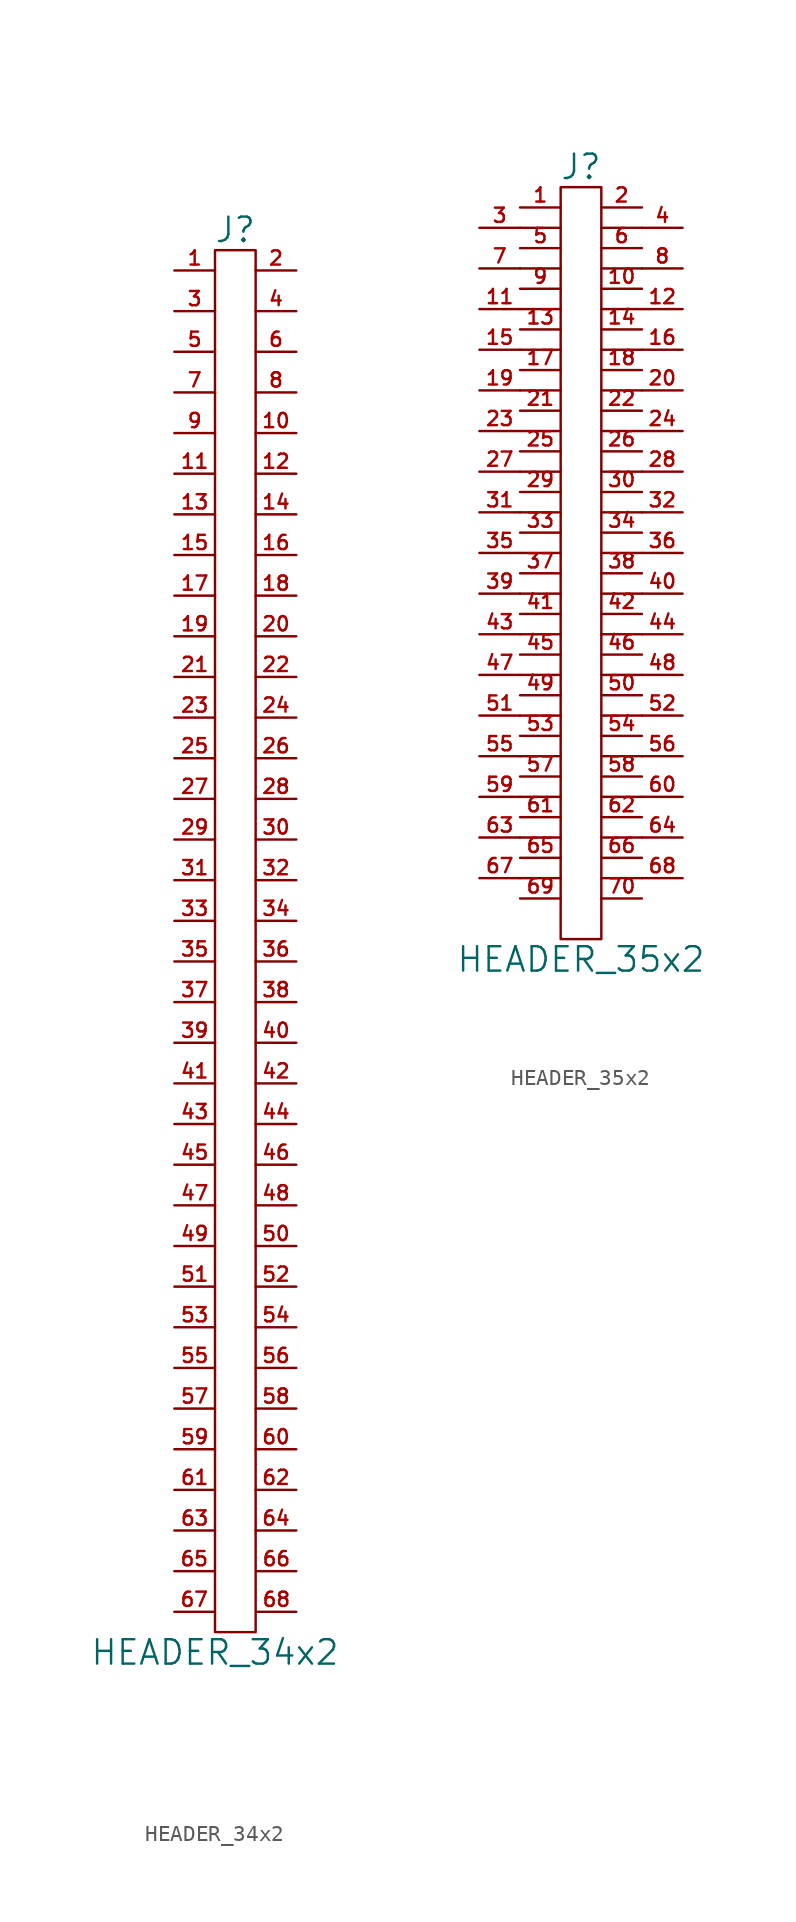
<source format=kicad_sym>
(kicad_symbol_lib
  (version 20211014)
  (generator kicad_symbol_editor)
  (symbol "HEADER_34x2"
    (pin_names
      (offset 0))
    (property "Reference" "J"
      (at 0 44.45 0)
      (effects (font (size 1.524 1.524))))
    (property "Value" "HEADER_34x2"
      (at -1.27 -44.45 0)
      (effects (font (size 1.524 1.524))))
    (property "Footprint" ""
      (at 0 0 0)
      (effects (font (size 1.524 1.524))))
    (property "Datasheet" ""
      (at 0 0 0)
      (effects (font (size 1.524 1.524))))
    (symbol "HEADER_34x2_0_1"
      (rectangle (start 1.27 -43.18) (end -1.27 43.18) (stroke (width 0) (type default) (color 0 0 0 0)) (fill (type none))))
    (symbol "HEADER_34x2_1_1"
      (pin passive line (at -3.81 41.91 0) (length 2.54) (name "~" (effects (font (size 1.27 1.27)))) (number "1" (effects (font (size 0.889 0.889)))))
      (pin passive line (at 3.81 31.75 180) (length 2.54) (name "~" (effects (font (size 1.27 1.27)))) (number "10" (effects (font (size 0.889 0.889)))))
      (pin passive line (at -3.81 29.21 0) (length 2.54) (name "~" (effects (font (size 1.27 1.27)))) (number "11" (effects (font (size 0.889 0.889)))))
      (pin passive line (at 3.81 29.21 180) (length 2.54) (name "~" (effects (font (size 1.27 1.27)))) (number "12" (effects (font (size 0.889 0.889)))))
      (pin passive line (at -3.81 26.67 0) (length 2.54) (name "~" (effects (font (size 1.27 1.27)))) (number "13" (effects (font (size 0.889 0.889)))))
      (pin passive line (at 3.81 26.67 180) (length 2.54) (name "~" (effects (font (size 1.27 1.27)))) (number "14" (effects (font (size 0.889 0.889)))))
      (pin passive line (at -3.81 24.13 0) (length 2.54) (name "~" (effects (font (size 1.27 1.27)))) (number "15" (effects (font (size 0.889 0.889)))))
      (pin passive line (at 3.81 24.13 180) (length 2.54) (name "~" (effects (font (size 1.27 1.27)))) (number "16" (effects (font (size 0.889 0.889)))))
      (pin passive line (at -3.81 21.59 0) (length 2.54) (name "~" (effects (font (size 1.27 1.27)))) (number "17" (effects (font (size 0.889 0.889)))))
      (pin passive line (at 3.81 21.59 180) (length 2.54) (name "~" (effects (font (size 1.27 1.27)))) (number "18" (effects (font (size 0.889 0.889)))))
      (pin passive line (at -3.81 19.05 0) (length 2.54) (name "~" (effects (font (size 1.27 1.27)))) (number "19" (effects (font (size 0.889 0.889)))))
      (pin passive line (at 3.81 41.91 180) (length 2.54) (name "~" (effects (font (size 1.27 1.27)))) (number "2" (effects (font (size 0.889 0.889)))))
      (pin passive line (at 3.81 19.05 180) (length 2.54) (name "~" (effects (font (size 1.27 1.27)))) (number "20" (effects (font (size 0.889 0.889)))))
      (pin passive line (at -3.81 16.51 0) (length 2.54) (name "~" (effects (font (size 1.27 1.27)))) (number "21" (effects (font (size 0.889 0.889)))))
      (pin passive line (at 3.81 16.51 180) (length 2.54) (name "~" (effects (font (size 1.27 1.27)))) (number "22" (effects (font (size 0.889 0.889)))))
      (pin passive line (at -3.81 13.97 0) (length 2.54) (name "~" (effects (font (size 1.27 1.27)))) (number "23" (effects (font (size 0.889 0.889)))))
      (pin passive line (at 3.81 13.97 180) (length 2.54) (name "~" (effects (font (size 1.27 1.27)))) (number "24" (effects (font (size 0.889 0.889)))))
      (pin passive line (at -3.81 11.43 0) (length 2.54) (name "~" (effects (font (size 1.27 1.27)))) (number "25" (effects (font (size 0.889 0.889)))))
      (pin passive line (at 3.81 11.43 180) (length 2.54) (name "~" (effects (font (size 1.27 1.27)))) (number "26" (effects (font (size 0.889 0.889)))))
      (pin passive line (at -3.81 8.89 0) (length 2.54) (name "~" (effects (font (size 1.27 1.27)))) (number "27" (effects (font (size 0.889 0.889)))))
      (pin passive line (at 3.81 8.89 180) (length 2.54) (name "~" (effects (font (size 1.27 1.27)))) (number "28" (effects (font (size 0.889 0.889)))))
      (pin passive line (at -3.81 6.35 0) (length 2.54) (name "~" (effects (font (size 1.27 1.27)))) (number "29" (effects (font (size 0.889 0.889)))))
      (pin passive line (at -3.81 39.37 0) (length 2.54) (name "~" (effects (font (size 1.27 1.27)))) (number "3" (effects (font (size 0.889 0.889)))))
      (pin passive line (at 3.81 6.35 180) (length 2.54) (name "~" (effects (font (size 1.27 1.27)))) (number "30" (effects (font (size 0.889 0.889)))))
      (pin passive line (at -3.81 3.81 0) (length 2.54) (name "~" (effects (font (size 1.27 1.27)))) (number "31" (effects (font (size 0.889 0.889)))))
      (pin passive line (at 3.81 3.81 180) (length 2.54) (name "~" (effects (font (size 1.27 1.27)))) (number "32" (effects (font (size 0.889 0.889)))))
      (pin passive line (at -3.81 1.27 0) (length 2.54) (name "~" (effects (font (size 1.27 1.27)))) (number "33" (effects (font (size 0.889 0.889)))))
      (pin passive line (at 3.81 1.27 180) (length 2.54) (name "~" (effects (font (size 1.27 1.27)))) (number "34" (effects (font (size 0.889 0.889)))))
      (pin passive line (at -3.81 -1.27 0) (length 2.54) (name "~" (effects (font (size 1.27 1.27)))) (number "35" (effects (font (size 0.889 0.889)))))
      (pin passive line (at 3.81 -1.27 180) (length 2.54) (name "~" (effects (font (size 1.27 1.27)))) (number "36" (effects (font (size 0.889 0.889)))))
      (pin passive line (at -3.81 -3.81 0) (length 2.54) (name "~" (effects (font (size 1.27 1.27)))) (number "37" (effects (font (size 0.889 0.889)))))
      (pin passive line (at 3.81 -3.81 180) (length 2.54) (name "~" (effects (font (size 1.27 1.27)))) (number "38" (effects (font (size 0.889 0.889)))))
      (pin passive line (at -3.81 -6.35 0) (length 2.54) (name "~" (effects (font (size 1.27 1.27)))) (number "39" (effects (font (size 0.889 0.889)))))
      (pin passive line (at 3.81 39.37 180) (length 2.54) (name "~" (effects (font (size 1.27 1.27)))) (number "4" (effects (font (size 0.889 0.889)))))
      (pin passive line (at 3.81 -6.35 180) (length 2.54) (name "~" (effects (font (size 1.27 1.27)))) (number "40" (effects (font (size 0.889 0.889)))))
      (pin passive line (at -3.81 -8.89 0) (length 2.54) (name "~" (effects (font (size 1.27 1.27)))) (number "41" (effects (font (size 0.889 0.889)))))
      (pin passive line (at 3.81 -8.89 180) (length 2.54) (name "~" (effects (font (size 1.27 1.27)))) (number "42" (effects (font (size 0.889 0.889)))))
      (pin passive line (at -3.81 -11.43 0) (length 2.54) (name "~" (effects (font (size 1.27 1.27)))) (number "43" (effects (font (size 0.889 0.889)))))
      (pin passive line (at 3.81 -11.43 180) (length 2.54) (name "~" (effects (font (size 1.27 1.27)))) (number "44" (effects (font (size 0.889 0.889)))))
      (pin passive line (at -3.81 -13.97 0) (length 2.54) (name "~" (effects (font (size 1.27 1.27)))) (number "45" (effects (font (size 0.889 0.889)))))
      (pin passive line (at 3.81 -13.97 180) (length 2.54) (name "~" (effects (font (size 1.27 1.27)))) (number "46" (effects (font (size 0.889 0.889)))))
      (pin passive line (at -3.81 -16.51 0) (length 2.54) (name "~" (effects (font (size 1.27 1.27)))) (number "47" (effects (font (size 0.889 0.889)))))
      (pin passive line (at 3.81 -16.51 180) (length 2.54) (name "~" (effects (font (size 1.27 1.27)))) (number "48" (effects (font (size 0.889 0.889)))))
      (pin passive line (at -3.81 -19.05 0) (length 2.54) (name "~" (effects (font (size 1.27 1.27)))) (number "49" (effects (font (size 0.889 0.889)))))
      (pin passive line (at -3.81 36.83 0) (length 2.54) (name "~" (effects (font (size 1.27 1.27)))) (number "5" (effects (font (size 0.889 0.889)))))
      (pin passive line (at 3.81 -19.05 180) (length 2.54) (name "~" (effects (font (size 1.27 1.27)))) (number "50" (effects (font (size 0.889 0.889)))))
      (pin passive line (at -3.81 -21.59 0) (length 2.54) (name "~" (effects (font (size 1.27 1.27)))) (number "51" (effects (font (size 0.889 0.889)))))
      (pin passive line (at 3.81 -21.59 180) (length 2.54) (name "~" (effects (font (size 1.27 1.27)))) (number "52" (effects (font (size 0.889 0.889)))))
      (pin passive line (at -3.81 -24.13 0) (length 2.54) (name "~" (effects (font (size 1.27 1.27)))) (number "53" (effects (font (size 0.889 0.889)))))
      (pin passive line (at 3.81 -24.13 180) (length 2.54) (name "~" (effects (font (size 1.27 1.27)))) (number "54" (effects (font (size 0.889 0.889)))))
      (pin passive line (at -3.81 -26.67 0) (length 2.54) (name "~" (effects (font (size 1.27 1.27)))) (number "55" (effects (font (size 0.889 0.889)))))
      (pin passive line (at 3.81 -26.67 180) (length 2.54) (name "~" (effects (font (size 1.27 1.27)))) (number "56" (effects (font (size 0.889 0.889)))))
      (pin passive line (at -3.81 -29.21 0) (length 2.54) (name "~" (effects (font (size 1.27 1.27)))) (number "57" (effects (font (size 0.889 0.889)))))
      (pin passive line (at 3.81 -29.21 180) (length 2.54) (name "~" (effects (font (size 1.27 1.27)))) (number "58" (effects (font (size 0.889 0.889)))))
      (pin passive line (at -3.81 -31.75 0) (length 2.54) (name "~" (effects (font (size 1.27 1.27)))) (number "59" (effects (font (size 0.889 0.889)))))
      (pin passive line (at 3.81 36.83 180) (length 2.54) (name "~" (effects (font (size 1.27 1.27)))) (number "6" (effects (font (size 0.889 0.889)))))
      (pin passive line (at 3.81 -31.75 180) (length 2.54) (name "~" (effects (font (size 1.27 1.27)))) (number "60" (effects (font (size 0.889 0.889)))))
      (pin passive line (at -3.81 -34.29 0) (length 2.54) (name "~" (effects (font (size 1.27 1.27)))) (number "61" (effects (font (size 0.889 0.889)))))
      (pin passive line (at 3.81 -34.29 180) (length 2.54) (name "~" (effects (font (size 1.27 1.27)))) (number "62" (effects (font (size 0.889 0.889)))))
      (pin passive line (at -3.81 -36.83 0) (length 2.54) (name "~" (effects (font (size 0.889 0.889)))) (number "63" (effects (font (size 0.889 0.889)))))
      (pin passive line (at 3.81 -36.83 180) (length 2.54) (name "~" (effects (font (size 1.27 1.27)))) (number "64" (effects (font (size 0.889 0.889)))))
      (pin passive line (at -3.81 -39.37 0) (length 2.489) (name "~" (effects (font (size 0.508 0.508)))) (number "65" (effects (font (size 0.889 0.889)))))
      (pin passive line (at 3.81 -39.37 180) (length 2.489) (name "~" (effects (font (size 0.508 0.508)))) (number "66" (effects (font (size 0.889 0.889)))))
      (pin passive line (at -3.81 -41.91 0) (length 2.489) (name "~" (effects (font (size 0.508 0.508)))) (number "67" (effects (font (size 0.889 0.889)))))
      (pin passive line (at 3.81 -41.91 180) (length 2.489) (name "~" (effects (font (size 0.508 0.508)))) (number "68" (effects (font (size 0.889 0.889)))))
      (pin passive line (at -3.81 34.29 0) (length 2.54) (name "~" (effects (font (size 1.27 1.27)))) (number "7" (effects (font (size 0.889 0.889)))))
      (pin passive line (at 3.81 34.29 180) (length 2.54) (name "~" (effects (font (size 1.27 1.27)))) (number "8" (effects (font (size 0.889 0.889)))))
      (pin passive line (at -3.81 31.75 0) (length 2.54) (name "~" (effects (font (size 1.27 1.27)))) (number "9" (effects (font (size 0.889 0.889)))))))
  (symbol "HEADER_35x2"
    (pin_names
      (offset 0))
    (property "Reference" "J"
      (at 0 24.13 0)
      (effects (font (size 1.524 1.524))))
    (property "Value" "HEADER_35x2"
      (at 0 -25.4 0)
      (effects (font (size 1.524 1.524))))
    (property "Footprint" ""
      (at 0 -2.54 0)
      (effects (font (size 1.524 1.524))))
    (property "Datasheet" ""
      (at 0 -2.54 0)
      (effects (font (size 1.524 1.524))))
    (symbol "HEADER_35x2_0_1"
      (polyline (pts (xy -3.81 -20.32) (xy -1.27 -20.32)) (stroke (width 0) (type default) (color 0 0 0 0)) (fill (type none)))
      (polyline (pts (xy -3.81 -17.78) (xy -1.27 -17.78)) (stroke (width 0) (type default) (color 0 0 0 0)) (fill (type none)))
      (polyline (pts (xy -3.81 -15.24) (xy -1.27 -15.24)) (stroke (width 0) (type default) (color 0 0 0 0)) (fill (type none)))
      (polyline (pts (xy -3.81 -12.7) (xy -1.27 -12.7)) (stroke (width 0) (type default) (color 0 0 0 0)) (fill (type none)))
      (polyline (pts (xy -3.81 -10.16) (xy -1.27 -10.16)) (stroke (width 0) (type default) (color 0 0 0 0)) (fill (type none)))
      (polyline (pts (xy -3.81 -7.62) (xy -1.27 -7.62)) (stroke (width 0) (type default) (color 0 0 0 0)) (fill (type none)))
      (polyline (pts (xy -3.81 -5.08) (xy -1.27 -5.08)) (stroke (width 0) (type default) (color 0 0 0 0)) (fill (type none)))
      (polyline (pts (xy -3.81 -2.54) (xy -1.27 -2.54)) (stroke (width 0) (type default) (color 0 0 0 0)) (fill (type none)))
      (polyline (pts (xy -3.81 0) (xy -1.27 0)) (stroke (width 0) (type default) (color 0 0 0 0)) (fill (type none)))
      (polyline (pts (xy -3.81 2.54) (xy -1.27 2.54)) (stroke (width 0) (type default) (color 0 0 0 0)) (fill (type none)))
      (polyline (pts (xy -3.81 5.08) (xy -1.27 5.08)) (stroke (width 0) (type default) (color 0 0 0 0)) (fill (type none)))
      (polyline (pts (xy -3.81 7.62) (xy -1.27 7.62)) (stroke (width 0) (type default) (color 0 0 0 0)) (fill (type none)))
      (polyline (pts (xy -3.81 10.16) (xy -1.27 10.16)) (stroke (width 0) (type default) (color 0 0 0 0)) (fill (type none)))
      (polyline (pts (xy -3.81 12.7) (xy -1.27 12.7)) (stroke (width 0) (type default) (color 0 0 0 0)) (fill (type none)))
      (polyline (pts (xy -3.81 15.24) (xy -1.27 15.24)) (stroke (width 0) (type default) (color 0 0 0 0)) (fill (type none)))
      (polyline (pts (xy -3.81 17.78) (xy -1.27 17.78)) (stroke (width 0) (type default) (color 0 0 0 0)) (fill (type none)))
      (polyline (pts (xy -3.81 20.32) (xy -1.27 20.32)) (stroke (width 0) (type default) (color 0 0 0 0)) (fill (type none)))
      (polyline (pts (xy 1.27 -20.32) (xy 3.81 -20.32)) (stroke (width 0) (type default) (color 0 0 0 0)) (fill (type none)))
      (polyline (pts (xy 1.27 -17.78) (xy 3.81 -17.78)) (stroke (width 0) (type default) (color 0 0 0 0)) (fill (type none)))
      (polyline (pts (xy 1.27 -15.24) (xy 3.81 -15.24)) (stroke (width 0) (type default) (color 0 0 0 0)) (fill (type none)))
      (polyline (pts (xy 1.27 -12.7) (xy 3.81 -12.7)) (stroke (width 0) (type default) (color 0 0 0 0)) (fill (type none)))
      (polyline (pts (xy 1.27 -10.16) (xy 3.81 -10.16)) (stroke (width 0) (type default) (color 0 0 0 0)) (fill (type none)))
      (polyline (pts (xy 1.27 -7.62) (xy 3.81 -7.62)) (stroke (width 0) (type default) (color 0 0 0 0)) (fill (type none)))
      (polyline (pts (xy 1.27 -5.08) (xy 3.81 -5.08)) (stroke (width 0) (type default) (color 0 0 0 0)) (fill (type none)))
      (polyline (pts (xy 1.27 -2.54) (xy 3.81 -2.54)) (stroke (width 0) (type default) (color 0 0 0 0)) (fill (type none)))
      (polyline (pts (xy 1.27 0) (xy 3.81 0)) (stroke (width 0) (type default) (color 0 0 0 0)) (fill (type none)))
      (polyline (pts (xy 1.27 2.54) (xy 3.81 2.54)) (stroke (width 0) (type default) (color 0 0 0 0)) (fill (type none)))
      (polyline (pts (xy 1.27 5.08) (xy 3.81 5.08)) (stroke (width 0) (type default) (color 0 0 0 0)) (fill (type none)))
      (polyline (pts (xy 1.27 7.62) (xy 3.81 7.62)) (stroke (width 0) (type default) (color 0 0 0 0)) (fill (type none)))
      (polyline (pts (xy 1.27 10.16) (xy 3.81 10.16)) (stroke (width 0) (type default) (color 0 0 0 0)) (fill (type none)))
      (polyline (pts (xy 1.27 12.7) (xy 3.81 12.7)) (stroke (width 0) (type default) (color 0 0 0 0)) (fill (type none)))
      (polyline (pts (xy 1.27 15.24) (xy 3.81 15.24)) (stroke (width 0) (type default) (color 0 0 0 0)) (fill (type none)))
      (polyline (pts (xy 1.27 17.78) (xy 3.81 17.78)) (stroke (width 0) (type default) (color 0 0 0 0)) (fill (type none)))
      (polyline (pts (xy 1.27 20.32) (xy 3.81 20.32)) (stroke (width 0) (type default) (color 0 0 0 0)) (fill (type none)))
      (rectangle (start 1.27 -24.13) (end -1.27 22.86) (stroke (width 0) (type default) (color 0 0 0 0)) (fill (type none))))
    (symbol "HEADER_35x2_1_1"
      (pin passive line (at -3.81 21.59 0) (length 2.54) (name "~" (effects (font (size 1.27 1.27)))) (number "1" (effects (font (size 0.889 0.889)))))
      (pin passive line (at 3.81 16.51 180) (length 2.54) (name "~" (effects (font (size 1.27 1.27)))) (number "10" (effects (font (size 0.889 0.889)))))
      (pin passive line (at -6.35 15.24 0) (length 2.54) (name "~" (effects (font (size 1.27 1.27)))) (number "11" (effects (font (size 0.889 0.889)))))
      (pin passive line (at 6.35 15.24 180) (length 2.54) (name "~" (effects (font (size 1.27 1.27)))) (number "12" (effects (font (size 0.889 0.889)))))
      (pin passive line (at -3.81 13.97 0) (length 2.54) (name "~" (effects (font (size 1.27 1.27)))) (number "13" (effects (font (size 0.889 0.889)))))
      (pin passive line (at 3.81 13.97 180) (length 2.54) (name "~" (effects (font (size 1.27 1.27)))) (number "14" (effects (font (size 0.889 0.889)))))
      (pin passive line (at -6.35 12.7 0) (length 2.54) (name "~" (effects (font (size 1.27 1.27)))) (number "15" (effects (font (size 0.889 0.889)))))
      (pin passive line (at 6.35 12.7 180) (length 2.54) (name "~" (effects (font (size 1.27 1.27)))) (number "16" (effects (font (size 0.889 0.889)))))
      (pin passive line (at -3.81 11.43 0) (length 2.54) (name "~" (effects (font (size 1.27 1.27)))) (number "17" (effects (font (size 0.889 0.889)))))
      (pin passive line (at 3.81 11.43 180) (length 2.54) (name "~" (effects (font (size 1.27 1.27)))) (number "18" (effects (font (size 0.889 0.889)))))
      (pin passive line (at -6.35 10.16 0) (length 2.54) (name "~" (effects (font (size 1.27 1.27)))) (number "19" (effects (font (size 0.889 0.889)))))
      (pin passive line (at 3.81 21.59 180) (length 2.54) (name "~" (effects (font (size 1.27 1.27)))) (number "2" (effects (font (size 0.889 0.889)))))
      (pin passive line (at 6.35 10.16 180) (length 2.54) (name "~" (effects (font (size 1.27 1.27)))) (number "20" (effects (font (size 0.889 0.889)))))
      (pin passive line (at -3.81 8.89 0) (length 2.54) (name "~" (effects (font (size 1.27 1.27)))) (number "21" (effects (font (size 0.889 0.889)))))
      (pin passive line (at 3.81 8.89 180) (length 2.54) (name "~" (effects (font (size 1.27 1.27)))) (number "22" (effects (font (size 0.889 0.889)))))
      (pin passive line (at -6.35 7.62 0) (length 2.54) (name "~" (effects (font (size 1.27 1.27)))) (number "23" (effects (font (size 0.889 0.889)))))
      (pin passive line (at 6.35 7.62 180) (length 2.54) (name "~" (effects (font (size 1.27 1.27)))) (number "24" (effects (font (size 0.889 0.889)))))
      (pin passive line (at -3.81 6.35 0) (length 2.54) (name "~" (effects (font (size 1.27 1.27)))) (number "25" (effects (font (size 0.889 0.889)))))
      (pin passive line (at 3.81 6.35 180) (length 2.54) (name "~" (effects (font (size 1.27 1.27)))) (number "26" (effects (font (size 0.889 0.889)))))
      (pin passive line (at -6.35 5.08 0) (length 2.54) (name "~" (effects (font (size 1.27 1.27)))) (number "27" (effects (font (size 0.889 0.889)))))
      (pin passive line (at 6.35 5.08 180) (length 2.54) (name "~" (effects (font (size 1.27 1.27)))) (number "28" (effects (font (size 0.889 0.889)))))
      (pin passive line (at -3.81 3.81 0) (length 2.54) (name "~" (effects (font (size 1.27 1.27)))) (number "29" (effects (font (size 0.889 0.889)))))
      (pin passive line (at -6.35 20.32 0) (length 2.54) (name "~" (effects (font (size 1.27 1.27)))) (number "3" (effects (font (size 0.889 0.889)))))
      (pin passive line (at 3.81 3.81 180) (length 2.54) (name "~" (effects (font (size 1.27 1.27)))) (number "30" (effects (font (size 0.889 0.889)))))
      (pin passive line (at -6.35 2.54 0) (length 2.54) (name "~" (effects (font (size 1.27 1.27)))) (number "31" (effects (font (size 0.889 0.889)))))
      (pin passive line (at 6.35 2.54 180) (length 2.54) (name "~" (effects (font (size 1.27 1.27)))) (number "32" (effects (font (size 0.889 0.889)))))
      (pin passive line (at -3.81 1.27 0) (length 2.54) (name "~" (effects (font (size 1.27 1.27)))) (number "33" (effects (font (size 0.889 0.889)))))
      (pin passive line (at 3.81 1.27 180) (length 2.54) (name "~" (effects (font (size 1.27 1.27)))) (number "34" (effects (font (size 0.889 0.889)))))
      (pin passive line (at -6.35 0 0) (length 2.54) (name "~" (effects (font (size 1.27 1.27)))) (number "35" (effects (font (size 0.889 0.889)))))
      (pin passive line (at 6.35 0 180) (length 2.54) (name "~" (effects (font (size 1.27 1.27)))) (number "36" (effects (font (size 0.889 0.889)))))
      (pin passive line (at -3.81 -1.27 0) (length 2.54) (name "~" (effects (font (size 0.889 0.889)))) (number "37" (effects (font (size 0.889 0.889)))))
      (pin passive line (at 3.81 -1.27 180) (length 2.54) (name "~" (effects (font (size 1.27 1.27)))) (number "38" (effects (font (size 0.889 0.889)))))
      (pin passive line (at -6.35 -2.54 0) (length 2.54) (name "~" (effects (font (size 1.27 1.27)))) (number "39" (effects (font (size 0.889 0.889)))))
      (pin passive line (at 6.35 20.32 180) (length 2.54) (name "~" (effects (font (size 1.27 1.27)))) (number "4" (effects (font (size 0.889 0.889)))))
      (pin passive line (at 6.35 -2.54 180) (length 2.54) (name "~" (effects (font (size 1.27 1.27)))) (number "40" (effects (font (size 0.889 0.889)))))
      (pin passive line (at -3.81 -3.81 0) (length 2.54) (name "~" (effects (font (size 1.27 1.27)))) (number "41" (effects (font (size 0.889 0.889)))))
      (pin passive line (at 3.81 -3.81 180) (length 2.54) (name "~" (effects (font (size 1.27 1.27)))) (number "42" (effects (font (size 0.889 0.889)))))
      (pin passive line (at -6.35 -5.08 0) (length 2.54) (name "~" (effects (font (size 1.27 1.27)))) (number "43" (effects (font (size 0.889 0.889)))))
      (pin passive line (at 6.35 -5.08 180) (length 2.54) (name "~" (effects (font (size 1.27 1.27)))) (number "44" (effects (font (size 0.889 0.889)))))
      (pin passive line (at -3.81 -6.35 0) (length 2.54) (name "~" (effects (font (size 1.27 1.27)))) (number "45" (effects (font (size 0.889 0.889)))))
      (pin passive line (at 3.81 -6.35 180) (length 2.54) (name "~" (effects (font (size 1.27 1.27)))) (number "46" (effects (font (size 0.889 0.889)))))
      (pin passive line (at -6.35 -7.62 0) (length 2.54) (name "~" (effects (font (size 1.27 1.27)))) (number "47" (effects (font (size 0.889 0.889)))))
      (pin passive line (at 6.35 -7.62 180) (length 2.54) (name "~" (effects (font (size 1.27 1.27)))) (number "48" (effects (font (size 0.889 0.889)))))
      (pin passive line (at -3.81 -8.89 0) (length 2.54) (name "~" (effects (font (size 1.27 1.27)))) (number "49" (effects (font (size 0.889 0.889)))))
      (pin passive line (at -3.81 19.05 0) (length 2.54) (name "~" (effects (font (size 1.27 1.27)))) (number "5" (effects (font (size 0.889 0.889)))))
      (pin passive line (at 3.81 -8.89 180) (length 2.54) (name "~" (effects (font (size 1.27 1.27)))) (number "50" (effects (font (size 0.889 0.889)))))
      (pin passive line (at -6.35 -10.16 0) (length 2.54) (name "~" (effects (font (size 1.27 1.27)))) (number "51" (effects (font (size 0.889 0.889)))))
      (pin passive line (at 6.35 -10.16 180) (length 2.54) (name "~" (effects (font (size 1.27 1.27)))) (number "52" (effects (font (size 0.889 0.889)))))
      (pin passive line (at -3.81 -11.43 0) (length 2.54) (name "~" (effects (font (size 1.27 1.27)))) (number "53" (effects (font (size 0.889 0.889)))))
      (pin passive line (at 3.81 -11.43 180) (length 2.54) (name "~" (effects (font (size 1.27 1.27)))) (number "54" (effects (font (size 0.889 0.889)))))
      (pin passive line (at -6.35 -12.7 0) (length 2.54) (name "~" (effects (font (size 1.27 1.27)))) (number "55" (effects (font (size 0.889 0.889)))))
      (pin passive line (at 6.35 -12.7 180) (length 2.54) (name "~" (effects (font (size 1.27 1.27)))) (number "56" (effects (font (size 0.889 0.889)))))
      (pin passive line (at -3.81 -13.97 0) (length 2.54) (name "~" (effects (font (size 1.27 1.27)))) (number "57" (effects (font (size 0.889 0.889)))))
      (pin passive line (at 3.81 -13.97 180) (length 2.54) (name "~" (effects (font (size 1.27 1.27)))) (number "58" (effects (font (size 0.889 0.889)))))
      (pin passive line (at -6.35 -15.24 0) (length 2.54) (name "~" (effects (font (size 1.27 1.27)))) (number "59" (effects (font (size 0.889 0.889)))))
      (pin passive line (at 3.81 19.05 180) (length 2.54) (name "~" (effects (font (size 1.27 1.27)))) (number "6" (effects (font (size 0.889 0.889)))))
      (pin passive line (at 6.35 -15.24 180) (length 2.54) (name "~" (effects (font (size 1.27 1.27)))) (number "60" (effects (font (size 0.889 0.889)))))
      (pin passive line (at -3.81 -16.51 0) (length 2.54) (name "~" (effects (font (size 1.27 1.27)))) (number "61" (effects (font (size 0.889 0.889)))))
      (pin passive line (at 3.81 -16.51 180) (length 2.54) (name "~" (effects (font (size 1.27 1.27)))) (number "62" (effects (font (size 0.889 0.889)))))
      (pin passive line (at -6.35 -17.78 0) (length 2.54) (name "~" (effects (font (size 1.27 1.27)))) (number "63" (effects (font (size 0.889 0.889)))))
      (pin passive line (at 6.35 -17.78 180) (length 2.54) (name "~" (effects (font (size 1.27 1.27)))) (number "64" (effects (font (size 0.889 0.889)))))
      (pin passive line (at -3.81 -19.05 0) (length 2.54) (name "~" (effects (font (size 1.27 1.27)))) (number "65" (effects (font (size 0.889 0.889)))))
      (pin passive line (at 3.81 -19.05 180) (length 2.54) (name "~" (effects (font (size 1.27 1.27)))) (number "66" (effects (font (size 0.889 0.889)))))
      (pin passive line (at -6.35 -20.32 0) (length 2.54) (name "~" (effects (font (size 1.27 1.27)))) (number "67" (effects (font (size 0.889 0.889)))))
      (pin passive line (at 6.35 -20.32 180) (length 2.54) (name "~" (effects (font (size 1.27 1.27)))) (number "68" (effects (font (size 0.889 0.889)))))
      (pin passive line (at -3.81 -21.59 0) (length 2.54) (name "~" (effects (font (size 1.27 1.27)))) (number "69" (effects (font (size 0.889 0.889)))))
      (pin passive line (at -6.35 17.78 0) (length 2.54) (name "~" (effects (font (size 1.27 1.27)))) (number "7" (effects (font (size 0.889 0.889)))))
      (pin passive line (at 3.81 -21.59 180) (length 2.54) (name "~" (effects (font (size 1.27 1.27)))) (number "70" (effects (font (size 0.889 0.889)))))
      (pin passive line (at 6.35 17.78 180) (length 2.54) (name "~" (effects (font (size 1.27 1.27)))) (number "8" (effects (font (size 0.889 0.889)))))
      (pin passive line (at -3.81 16.51 0) (length 2.54) (name "~" (effects (font (size 1.27 1.27)))) (number "9" (effects (font (size 0.889 0.889))))))))
</source>
